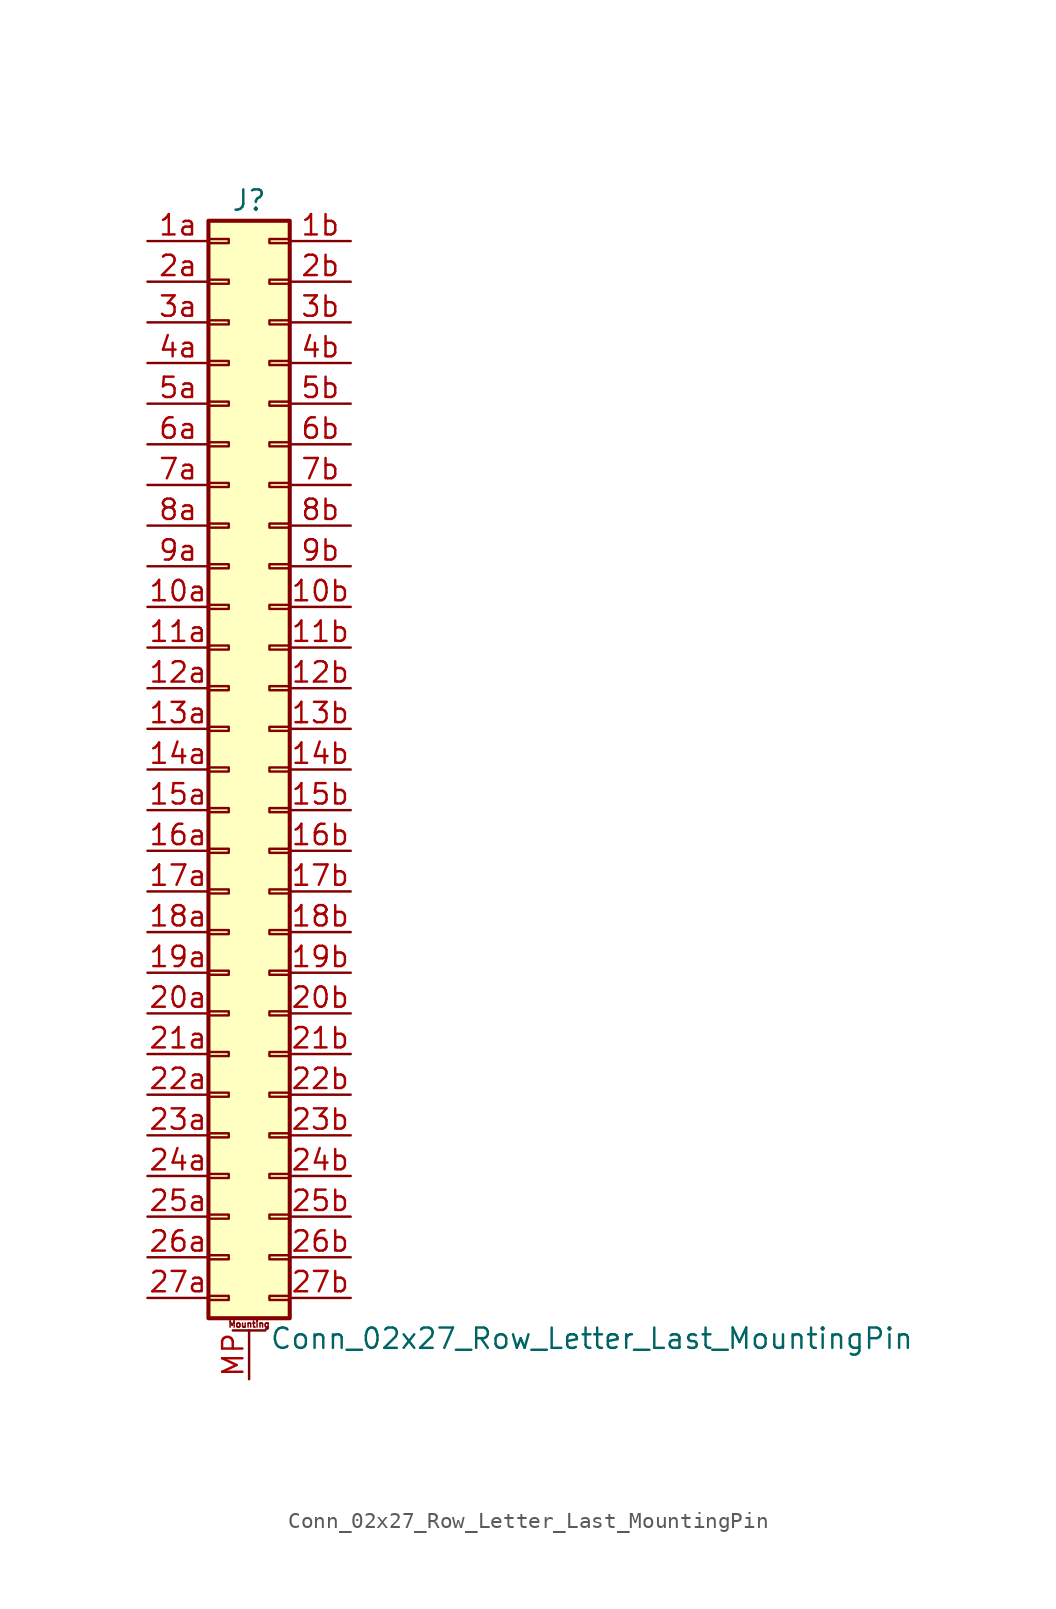
<source format=kicad_sym>
(kicad_symbol_lib
  (version 20211014)
  (generator kicad_symbol_editor)
  (symbol "Conn_02x27_Row_Letter_Last_MountingPin"
    (pin_names
      (offset 1.016) hide)
    (property "Reference" "J"
      (at 1.27 35.56 0)
      (effects (font (size 1.27 1.27))))
    (property "Value" "Conn_02x27_Row_Letter_Last_MountingPin"
      (at 2.54 -35.56 0)
      (effects (font (size 1.27 1.27)) (justify left)))
    (symbol "Conn_02x27_Row_Letter_Last_MountingPin_1_1"
      (rectangle (start -1.27 -32.893) (end 0 -33.147) (stroke (width 0.152) (type default) (color 0 0 0 0)) (fill (type none)))
      (rectangle (start -1.27 -30.353) (end 0 -30.607) (stroke (width 0.152) (type default) (color 0 0 0 0)) (fill (type none)))
      (rectangle (start -1.27 -27.813) (end 0 -28.067) (stroke (width 0.152) (type default) (color 0 0 0 0)) (fill (type none)))
      (rectangle (start -1.27 -25.273) (end 0 -25.527) (stroke (width 0.152) (type default) (color 0 0 0 0)) (fill (type none)))
      (rectangle (start -1.27 -22.733) (end 0 -22.987) (stroke (width 0.152) (type default) (color 0 0 0 0)) (fill (type none)))
      (rectangle (start -1.27 -20.193) (end 0 -20.447) (stroke (width 0.152) (type default) (color 0 0 0 0)) (fill (type none)))
      (rectangle (start -1.27 -17.653) (end 0 -17.907) (stroke (width 0.152) (type default) (color 0 0 0 0)) (fill (type none)))
      (rectangle (start -1.27 -15.113) (end 0 -15.367) (stroke (width 0.152) (type default) (color 0 0 0 0)) (fill (type none)))
      (rectangle (start -1.27 -12.573) (end 0 -12.827) (stroke (width 0.152) (type default) (color 0 0 0 0)) (fill (type none)))
      (rectangle (start -1.27 -10.033) (end 0 -10.287) (stroke (width 0.152) (type default) (color 0 0 0 0)) (fill (type none)))
      (rectangle (start -1.27 -7.493) (end 0 -7.747) (stroke (width 0.152) (type default) (color 0 0 0 0)) (fill (type none)))
      (rectangle (start -1.27 -4.953) (end 0 -5.207) (stroke (width 0.152) (type default) (color 0 0 0 0)) (fill (type none)))
      (rectangle (start -1.27 -2.413) (end 0 -2.667) (stroke (width 0.152) (type default) (color 0 0 0 0)) (fill (type none)))
      (rectangle (start -1.27 0.127) (end 0 -0.127) (stroke (width 0.152) (type default) (color 0 0 0 0)) (fill (type none)))
      (rectangle (start -1.27 2.667) (end 0 2.413) (stroke (width 0.152) (type default) (color 0 0 0 0)) (fill (type none)))
      (rectangle (start -1.27 5.207) (end 0 4.953) (stroke (width 0.152) (type default) (color 0 0 0 0)) (fill (type none)))
      (rectangle (start -1.27 7.747) (end 0 7.493) (stroke (width 0.152) (type default) (color 0 0 0 0)) (fill (type none)))
      (rectangle (start -1.27 10.287) (end 0 10.033) (stroke (width 0.152) (type default) (color 0 0 0 0)) (fill (type none)))
      (rectangle (start -1.27 12.827) (end 0 12.573) (stroke (width 0.152) (type default) (color 0 0 0 0)) (fill (type none)))
      (rectangle (start -1.27 15.367) (end 0 15.113) (stroke (width 0.152) (type default) (color 0 0 0 0)) (fill (type none)))
      (rectangle (start -1.27 17.907) (end 0 17.653) (stroke (width 0.152) (type default) (color 0 0 0 0)) (fill (type none)))
      (rectangle (start -1.27 20.447) (end 0 20.193) (stroke (width 0.152) (type default) (color 0 0 0 0)) (fill (type none)))
      (rectangle (start -1.27 22.987) (end 0 22.733) (stroke (width 0.152) (type default) (color 0 0 0 0)) (fill (type none)))
      (rectangle (start -1.27 25.527) (end 0 25.273) (stroke (width 0.152) (type default) (color 0 0 0 0)) (fill (type none)))
      (rectangle (start -1.27 28.067) (end 0 27.813) (stroke (width 0.152) (type default) (color 0 0 0 0)) (fill (type none)))
      (rectangle (start -1.27 30.607) (end 0 30.353) (stroke (width 0.152) (type default) (color 0 0 0 0)) (fill (type none)))
      (rectangle (start -1.27 33.147) (end 0 32.893) (stroke (width 0.152) (type default) (color 0 0 0 0)) (fill (type none)))
      (rectangle (start -1.27 34.29) (end 3.81 -34.29) (stroke (width 0.254) (type default) (color 0 0 0 0)) (fill (type background)))
      (polyline (pts (xy 0.254 -35.052) (xy 2.286 -35.052)) (stroke (width 0.152) (type default) (color 0 0 0 0)) (fill (type none)))
      (rectangle (start 3.81 -32.893) (end 2.54 -33.147) (stroke (width 0.152) (type default) (color 0 0 0 0)) (fill (type none)))
      (rectangle (start 3.81 -30.353) (end 2.54 -30.607) (stroke (width 0.152) (type default) (color 0 0 0 0)) (fill (type none)))
      (rectangle (start 3.81 -27.813) (end 2.54 -28.067) (stroke (width 0.152) (type default) (color 0 0 0 0)) (fill (type none)))
      (rectangle (start 3.81 -25.273) (end 2.54 -25.527) (stroke (width 0.152) (type default) (color 0 0 0 0)) (fill (type none)))
      (rectangle (start 3.81 -22.733) (end 2.54 -22.987) (stroke (width 0.152) (type default) (color 0 0 0 0)) (fill (type none)))
      (rectangle (start 3.81 -20.193) (end 2.54 -20.447) (stroke (width 0.152) (type default) (color 0 0 0 0)) (fill (type none)))
      (rectangle (start 3.81 -17.653) (end 2.54 -17.907) (stroke (width 0.152) (type default) (color 0 0 0 0)) (fill (type none)))
      (rectangle (start 3.81 -15.113) (end 2.54 -15.367) (stroke (width 0.152) (type default) (color 0 0 0 0)) (fill (type none)))
      (rectangle (start 3.81 -12.573) (end 2.54 -12.827) (stroke (width 0.152) (type default) (color 0 0 0 0)) (fill (type none)))
      (rectangle (start 3.81 -10.033) (end 2.54 -10.287) (stroke (width 0.152) (type default) (color 0 0 0 0)) (fill (type none)))
      (rectangle (start 3.81 -7.493) (end 2.54 -7.747) (stroke (width 0.152) (type default) (color 0 0 0 0)) (fill (type none)))
      (rectangle (start 3.81 -4.953) (end 2.54 -5.207) (stroke (width 0.152) (type default) (color 0 0 0 0)) (fill (type none)))
      (rectangle (start 3.81 -2.413) (end 2.54 -2.667) (stroke (width 0.152) (type default) (color 0 0 0 0)) (fill (type none)))
      (rectangle (start 3.81 0.127) (end 2.54 -0.127) (stroke (width 0.152) (type default) (color 0 0 0 0)) (fill (type none)))
      (rectangle (start 3.81 2.667) (end 2.54 2.413) (stroke (width 0.152) (type default) (color 0 0 0 0)) (fill (type none)))
      (rectangle (start 3.81 5.207) (end 2.54 4.953) (stroke (width 0.152) (type default) (color 0 0 0 0)) (fill (type none)))
      (rectangle (start 3.81 7.747) (end 2.54 7.493) (stroke (width 0.152) (type default) (color 0 0 0 0)) (fill (type none)))
      (rectangle (start 3.81 10.287) (end 2.54 10.033) (stroke (width 0.152) (type default) (color 0 0 0 0)) (fill (type none)))
      (rectangle (start 3.81 12.827) (end 2.54 12.573) (stroke (width 0.152) (type default) (color 0 0 0 0)) (fill (type none)))
      (rectangle (start 3.81 15.367) (end 2.54 15.113) (stroke (width 0.152) (type default) (color 0 0 0 0)) (fill (type none)))
      (rectangle (start 3.81 17.907) (end 2.54 17.653) (stroke (width 0.152) (type default) (color 0 0 0 0)) (fill (type none)))
      (rectangle (start 3.81 20.447) (end 2.54 20.193) (stroke (width 0.152) (type default) (color 0 0 0 0)) (fill (type none)))
      (rectangle (start 3.81 22.987) (end 2.54 22.733) (stroke (width 0.152) (type default) (color 0 0 0 0)) (fill (type none)))
      (rectangle (start 3.81 25.527) (end 2.54 25.273) (stroke (width 0.152) (type default) (color 0 0 0 0)) (fill (type none)))
      (rectangle (start 3.81 28.067) (end 2.54 27.813) (stroke (width 0.152) (type default) (color 0 0 0 0)) (fill (type none)))
      (rectangle (start 3.81 30.607) (end 2.54 30.353) (stroke (width 0.152) (type default) (color 0 0 0 0)) (fill (type none)))
      (rectangle (start 3.81 33.147) (end 2.54 32.893) (stroke (width 0.152) (type default) (color 0 0 0 0)) (fill (type none)))
      (text "Mounting" (at 1.27 -34.671 0) (effects (font (size 0.381 0.381))))
      (pin passive line (at -5.08 10.16 0) (length 3.81) (name "Pin_10a" (effects (font (size 1.27 1.27)))) (number "10a" (effects (font (size 1.27 1.27)))))
      (pin passive line (at 7.62 10.16 180) (length 3.81) (name "Pin_10b" (effects (font (size 1.27 1.27)))) (number "10b" (effects (font (size 1.27 1.27)))))
      (pin passive line (at -5.08 7.62 0) (length 3.81) (name "Pin_11a" (effects (font (size 1.27 1.27)))) (number "11a" (effects (font (size 1.27 1.27)))))
      (pin passive line (at 7.62 7.62 180) (length 3.81) (name "Pin_11b" (effects (font (size 1.27 1.27)))) (number "11b" (effects (font (size 1.27 1.27)))))
      (pin passive line (at -5.08 5.08 0) (length 3.81) (name "Pin_12a" (effects (font (size 1.27 1.27)))) (number "12a" (effects (font (size 1.27 1.27)))))
      (pin passive line (at 7.62 5.08 180) (length 3.81) (name "Pin_12b" (effects (font (size 1.27 1.27)))) (number "12b" (effects (font (size 1.27 1.27)))))
      (pin passive line (at -5.08 2.54 0) (length 3.81) (name "Pin_13a" (effects (font (size 1.27 1.27)))) (number "13a" (effects (font (size 1.27 1.27)))))
      (pin passive line (at 7.62 2.54 180) (length 3.81) (name "Pin_13b" (effects (font (size 1.27 1.27)))) (number "13b" (effects (font (size 1.27 1.27)))))
      (pin passive line (at -5.08 0 0) (length 3.81) (name "Pin_14a" (effects (font (size 1.27 1.27)))) (number "14a" (effects (font (size 1.27 1.27)))))
      (pin passive line (at 7.62 0 180) (length 3.81) (name "Pin_14b" (effects (font (size 1.27 1.27)))) (number "14b" (effects (font (size 1.27 1.27)))))
      (pin passive line (at -5.08 -2.54 0) (length 3.81) (name "Pin_15a" (effects (font (size 1.27 1.27)))) (number "15a" (effects (font (size 1.27 1.27)))))
      (pin passive line (at 7.62 -2.54 180) (length 3.81) (name "Pin_15b" (effects (font (size 1.27 1.27)))) (number "15b" (effects (font (size 1.27 1.27)))))
      (pin passive line (at -5.08 -5.08 0) (length 3.81) (name "Pin_16a" (effects (font (size 1.27 1.27)))) (number "16a" (effects (font (size 1.27 1.27)))))
      (pin passive line (at 7.62 -5.08 180) (length 3.81) (name "Pin_16b" (effects (font (size 1.27 1.27)))) (number "16b" (effects (font (size 1.27 1.27)))))
      (pin passive line (at -5.08 -7.62 0) (length 3.81) (name "Pin_17a" (effects (font (size 1.27 1.27)))) (number "17a" (effects (font (size 1.27 1.27)))))
      (pin passive line (at 7.62 -7.62 180) (length 3.81) (name "Pin_17b" (effects (font (size 1.27 1.27)))) (number "17b" (effects (font (size 1.27 1.27)))))
      (pin passive line (at -5.08 -10.16 0) (length 3.81) (name "Pin_18a" (effects (font (size 1.27 1.27)))) (number "18a" (effects (font (size 1.27 1.27)))))
      (pin passive line (at 7.62 -10.16 180) (length 3.81) (name "Pin_18b" (effects (font (size 1.27 1.27)))) (number "18b" (effects (font (size 1.27 1.27)))))
      (pin passive line (at -5.08 -12.7 0) (length 3.81) (name "Pin_19a" (effects (font (size 1.27 1.27)))) (number "19a" (effects (font (size 1.27 1.27)))))
      (pin passive line (at 7.62 -12.7 180) (length 3.81) (name "Pin_19b" (effects (font (size 1.27 1.27)))) (number "19b" (effects (font (size 1.27 1.27)))))
      (pin passive line (at -5.08 33.02 0) (length 3.81) (name "Pin_1a" (effects (font (size 1.27 1.27)))) (number "1a" (effects (font (size 1.27 1.27)))))
      (pin passive line (at 7.62 33.02 180) (length 3.81) (name "Pin_1b" (effects (font (size 1.27 1.27)))) (number "1b" (effects (font (size 1.27 1.27)))))
      (pin passive line (at -5.08 -15.24 0) (length 3.81) (name "Pin_20a" (effects (font (size 1.27 1.27)))) (number "20a" (effects (font (size 1.27 1.27)))))
      (pin passive line (at 7.62 -15.24 180) (length 3.81) (name "Pin_20b" (effects (font (size 1.27 1.27)))) (number "20b" (effects (font (size 1.27 1.27)))))
      (pin passive line (at -5.08 -17.78 0) (length 3.81) (name "Pin_21a" (effects (font (size 1.27 1.27)))) (number "21a" (effects (font (size 1.27 1.27)))))
      (pin passive line (at 7.62 -17.78 180) (length 3.81) (name "Pin_21b" (effects (font (size 1.27 1.27)))) (number "21b" (effects (font (size 1.27 1.27)))))
      (pin passive line (at -5.08 -20.32 0) (length 3.81) (name "Pin_22a" (effects (font (size 1.27 1.27)))) (number "22a" (effects (font (size 1.27 1.27)))))
      (pin passive line (at 7.62 -20.32 180) (length 3.81) (name "Pin_22b" (effects (font (size 1.27 1.27)))) (number "22b" (effects (font (size 1.27 1.27)))))
      (pin passive line (at -5.08 -22.86 0) (length 3.81) (name "Pin_23a" (effects (font (size 1.27 1.27)))) (number "23a" (effects (font (size 1.27 1.27)))))
      (pin passive line (at 7.62 -22.86 180) (length 3.81) (name "Pin_23b" (effects (font (size 1.27 1.27)))) (number "23b" (effects (font (size 1.27 1.27)))))
      (pin passive line (at -5.08 -25.4 0) (length 3.81) (name "Pin_24a" (effects (font (size 1.27 1.27)))) (number "24a" (effects (font (size 1.27 1.27)))))
      (pin passive line (at 7.62 -25.4 180) (length 3.81) (name "Pin_24b" (effects (font (size 1.27 1.27)))) (number "24b" (effects (font (size 1.27 1.27)))))
      (pin passive line (at -5.08 -27.94 0) (length 3.81) (name "Pin_25a" (effects (font (size 1.27 1.27)))) (number "25a" (effects (font (size 1.27 1.27)))))
      (pin passive line (at 7.62 -27.94 180) (length 3.81) (name "Pin_25b" (effects (font (size 1.27 1.27)))) (number "25b" (effects (font (size 1.27 1.27)))))
      (pin passive line (at -5.08 -30.48 0) (length 3.81) (name "Pin_26a" (effects (font (size 1.27 1.27)))) (number "26a" (effects (font (size 1.27 1.27)))))
      (pin passive line (at 7.62 -30.48 180) (length 3.81) (name "Pin_26b" (effects (font (size 1.27 1.27)))) (number "26b" (effects (font (size 1.27 1.27)))))
      (pin passive line (at -5.08 -33.02 0) (length 3.81) (name "Pin_27a" (effects (font (size 1.27 1.27)))) (number "27a" (effects (font (size 1.27 1.27)))))
      (pin passive line (at 7.62 -33.02 180) (length 3.81) (name "Pin_27b" (effects (font (size 1.27 1.27)))) (number "27b" (effects (font (size 1.27 1.27)))))
      (pin passive line (at -5.08 30.48 0) (length 3.81) (name "Pin_2a" (effects (font (size 1.27 1.27)))) (number "2a" (effects (font (size 1.27 1.27)))))
      (pin passive line (at 7.62 30.48 180) (length 3.81) (name "Pin_2b" (effects (font (size 1.27 1.27)))) (number "2b" (effects (font (size 1.27 1.27)))))
      (pin passive line (at -5.08 27.94 0) (length 3.81) (name "Pin_3a" (effects (font (size 1.27 1.27)))) (number "3a" (effects (font (size 1.27 1.27)))))
      (pin passive line (at 7.62 27.94 180) (length 3.81) (name "Pin_3b" (effects (font (size 1.27 1.27)))) (number "3b" (effects (font (size 1.27 1.27)))))
      (pin passive line (at -5.08 25.4 0) (length 3.81) (name "Pin_4a" (effects (font (size 1.27 1.27)))) (number "4a" (effects (font (size 1.27 1.27)))))
      (pin passive line (at 7.62 25.4 180) (length 3.81) (name "Pin_4b" (effects (font (size 1.27 1.27)))) (number "4b" (effects (font (size 1.27 1.27)))))
      (pin passive line (at -5.08 22.86 0) (length 3.81) (name "Pin_5a" (effects (font (size 1.27 1.27)))) (number "5a" (effects (font (size 1.27 1.27)))))
      (pin passive line (at 7.62 22.86 180) (length 3.81) (name "Pin_5b" (effects (font (size 1.27 1.27)))) (number "5b" (effects (font (size 1.27 1.27)))))
      (pin passive line (at -5.08 20.32 0) (length 3.81) (name "Pin_6a" (effects (font (size 1.27 1.27)))) (number "6a" (effects (font (size 1.27 1.27)))))
      (pin passive line (at 7.62 20.32 180) (length 3.81) (name "Pin_6b" (effects (font (size 1.27 1.27)))) (number "6b" (effects (font (size 1.27 1.27)))))
      (pin passive line (at -5.08 17.78 0) (length 3.81) (name "Pin_7a" (effects (font (size 1.27 1.27)))) (number "7a" (effects (font (size 1.27 1.27)))))
      (pin passive line (at 7.62 17.78 180) (length 3.81) (name "Pin_7b" (effects (font (size 1.27 1.27)))) (number "7b" (effects (font (size 1.27 1.27)))))
      (pin passive line (at -5.08 15.24 0) (length 3.81) (name "Pin_8a" (effects (font (size 1.27 1.27)))) (number "8a" (effects (font (size 1.27 1.27)))))
      (pin passive line (at 7.62 15.24 180) (length 3.81) (name "Pin_8b" (effects (font (size 1.27 1.27)))) (number "8b" (effects (font (size 1.27 1.27)))))
      (pin passive line (at -5.08 12.7 0) (length 3.81) (name "Pin_9a" (effects (font (size 1.27 1.27)))) (number "9a" (effects (font (size 1.27 1.27)))))
      (pin passive line (at 7.62 12.7 180) (length 3.81) (name "Pin_9b" (effects (font (size 1.27 1.27)))) (number "9b" (effects (font (size 1.27 1.27)))))
      (pin passive line (at 1.27 -38.1 90) (length 3.048) (name "MountPin" (effects (font (size 1.27 1.27)))) (number "MP" (effects (font (size 1.27 1.27))))))))
</source>
